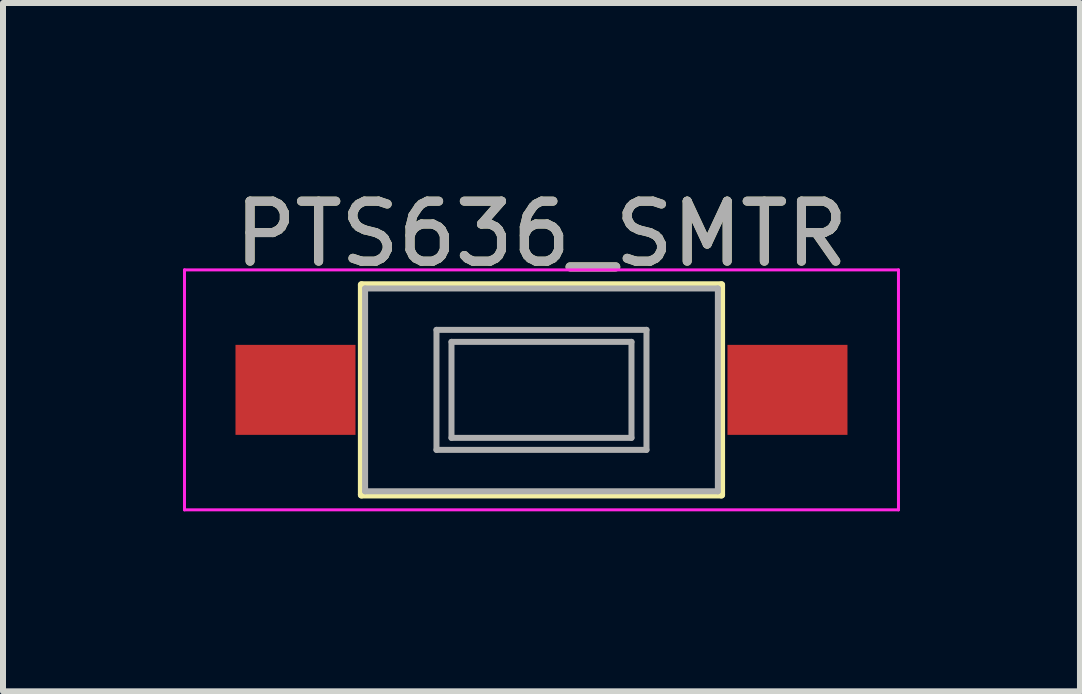
<source format=kicad_pcb>
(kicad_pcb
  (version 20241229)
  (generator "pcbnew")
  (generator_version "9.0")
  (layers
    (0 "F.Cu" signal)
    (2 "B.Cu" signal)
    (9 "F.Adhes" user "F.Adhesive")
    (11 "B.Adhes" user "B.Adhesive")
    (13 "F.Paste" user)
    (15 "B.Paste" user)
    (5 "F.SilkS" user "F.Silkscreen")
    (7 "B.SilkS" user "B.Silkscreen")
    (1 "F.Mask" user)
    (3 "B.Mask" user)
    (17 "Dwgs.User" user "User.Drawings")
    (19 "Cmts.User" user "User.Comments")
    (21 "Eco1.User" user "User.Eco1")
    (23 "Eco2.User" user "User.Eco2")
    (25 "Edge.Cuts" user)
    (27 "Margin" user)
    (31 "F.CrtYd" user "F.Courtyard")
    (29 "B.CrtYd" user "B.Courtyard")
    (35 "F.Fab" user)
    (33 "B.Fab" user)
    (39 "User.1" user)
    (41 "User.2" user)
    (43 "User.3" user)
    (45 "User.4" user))
  (footprint "PTS636_SMTR"
    (layer "F.Cu")
    (at 5.975 3.448)
    (property "Reference" "PTS636_SMTR" (at 0 -2.6 0) (layer "F.SilkS") (effects (font (size 1 1) (thickness 0.15))))
    (attr smd)
    (fp_line (start -3 -1.75) (end 3 -1.75) (stroke (width 0.12) (type solid)) (layer "F.SilkS"))
    (fp_line (start -3 1.75) (end -3 -1.75) (stroke (width 0.12) (type solid)) (layer "F.SilkS"))
    (fp_line (start 3 -1.75) (end 3 1.75) (stroke (width 0.12) (type solid)) (layer "F.SilkS"))
    (fp_line (start 3 1.75) (end -3 1.75) (stroke (width 0.12) (type solid)) (layer "F.SilkS"))
    (fp_line (start -5.95 -2) (end -5.95 2) (stroke (width 0.05) (type solid)) (layer "F.CrtYd"))
    (fp_line (start -5.95 -2) (end 5.95 -2) (stroke (width 0.05) (type solid)) (layer "F.CrtYd"))
    (fp_line (start -5.95 2) (end 5.95 2) (stroke (width 0.05) (type solid)) (layer "F.CrtYd"))
    (fp_line (start 5.95 -2) (end 5.95 2) (stroke (width 0.05) (type solid)) (layer "F.CrtYd"))
    (fp_line (start -2.94 -1.69) (end -2.94 1.69) (stroke (width 0.1) (type solid)) (layer "F.Fab"))
    (fp_line (start -2.94 -1.69) (end 2.94 -1.69) (stroke (width 0.1) (type solid)) (layer "F.Fab"))
    (fp_line (start -2.94 1.69) (end 2.94 1.69) (stroke (width 0.1) (type solid)) (layer "F.Fab"))
    (fp_line (start -1.75 -1) (end 1.75 -1) (stroke (width 0.1) (type solid)) (layer "F.Fab"))
    (fp_line (start -1.75 1) (end -1.75 -1) (stroke (width 0.1) (type solid)) (layer "F.Fab"))
    (fp_line (start -1.5 -0.8) (end -1.5 0.8) (stroke (width 0.1) (type solid)) (layer "F.Fab"))
    (fp_line (start -1.5 -0.8) (end 1.5 -0.8) (stroke (width 0.1) (type solid)) (layer "F.Fab"))
    (fp_line (start -1.5 0.8) (end 1.5 0.8) (stroke (width 0.1) (type solid)) (layer "F.Fab"))
    (fp_line (start 1.5 -0.8) (end 1.5 0.8) (stroke (width 0.1) (type solid)) (layer "F.Fab"))
    (fp_line (start 1.75 -1) (end 1.75 1) (stroke (width 0.1) (type solid)) (layer "F.Fab"))
    (fp_line (start 1.75 1) (end -1.75 1) (stroke (width 0.1) (type solid)) (layer "F.Fab"))
    (fp_line (start 2.94 -1.69) (end 2.94 1.69) (stroke (width 0.1) (type solid)) (layer "F.Fab"))
    (fp_text user "${REFERENCE}" (at 0 -2.6 0) (layer "F.Fab") (effects (font (size 1 1) (thickness 0.15))))
    (pad "1" smd rect (at -4.1 0) (size 2 1.5) (layers "F.Cu" "F.Mask" "F.Paste"))
    (pad "2" smd rect (at 4.1 0) (size 2 1.5) (layers "F.Cu" "F.Mask" "F.Paste")))
  (gr_rect
    (start -3 -3)
    (end 14.95 8.473)
    (stroke (width 0.1) (type default))
    (fill no)
    (layer "Edge.Cuts")))
</source>
